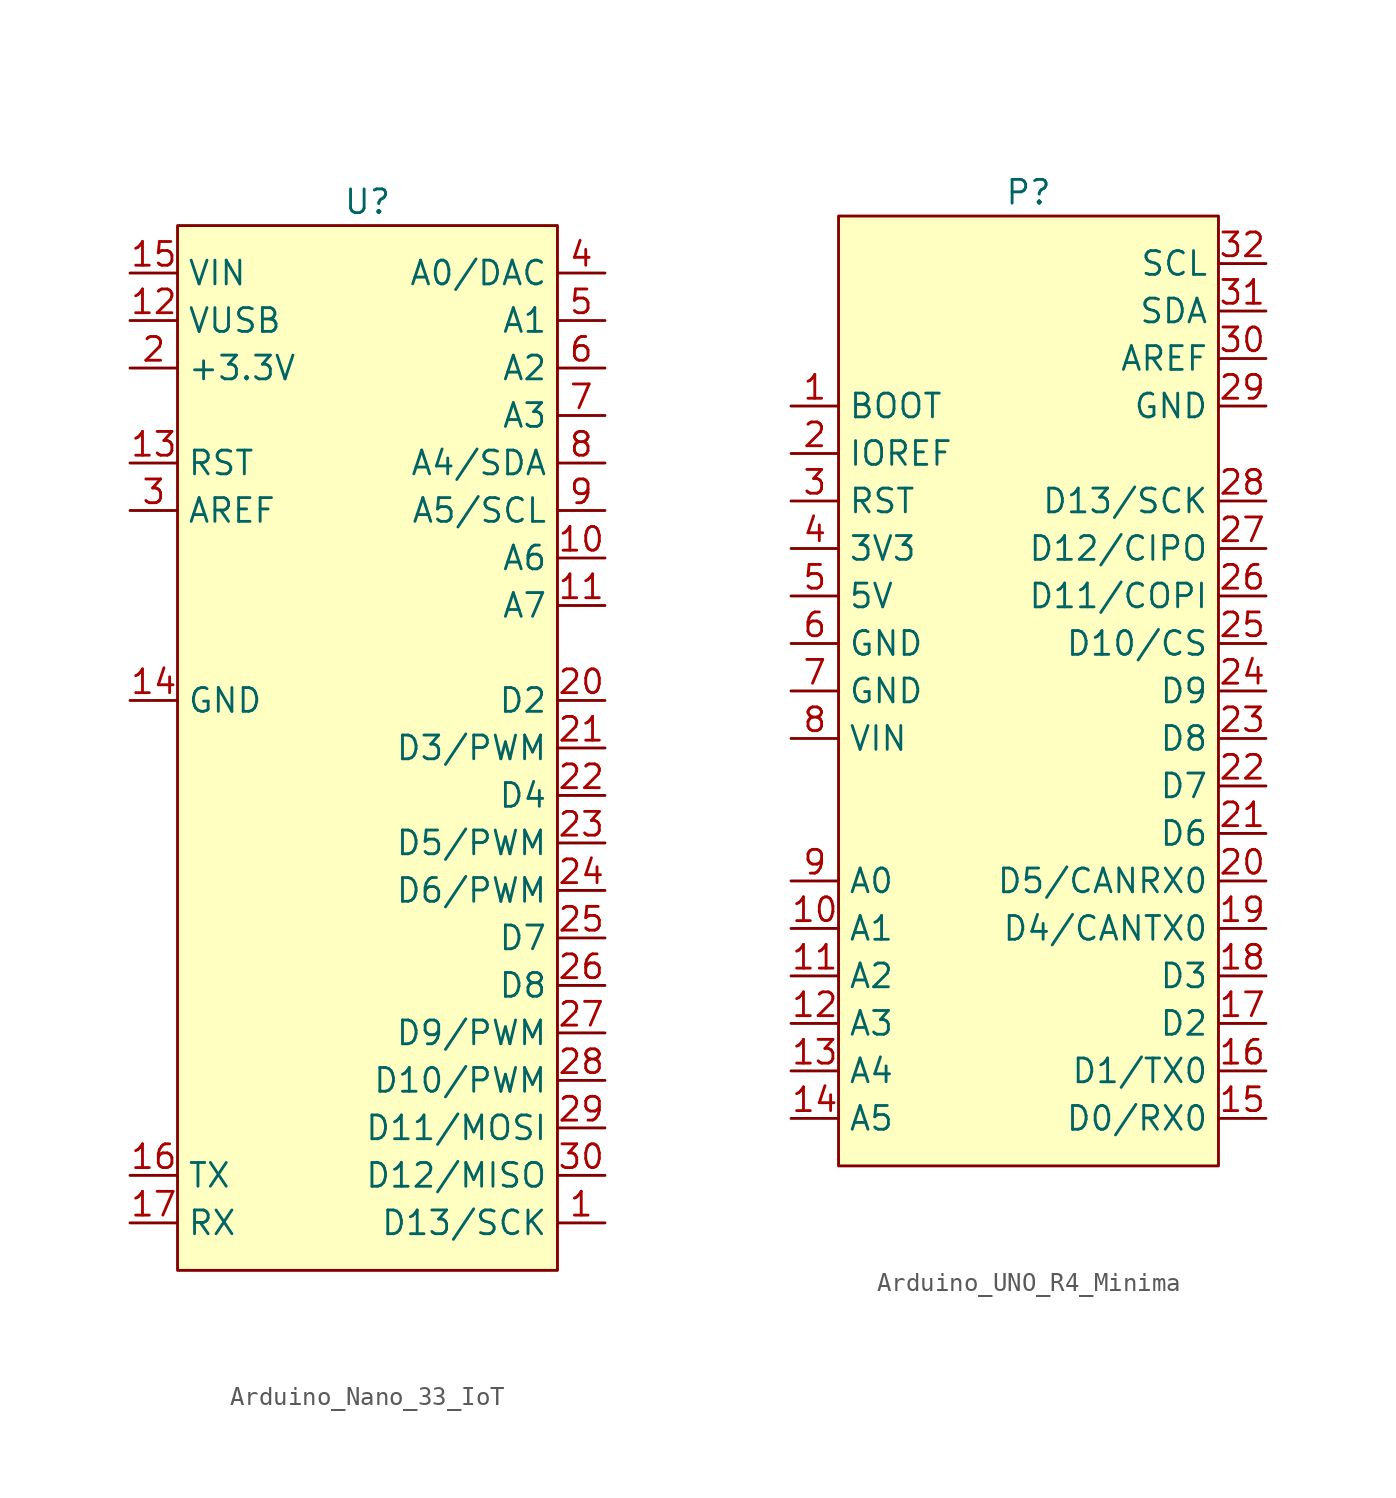
<source format=kicad_sym>
(kicad_symbol_lib
  (version 20220914)
  (generator kicad_symbol_editor)
  (symbol "Arduino_Nano_33_IoT"
    (property "Reference" "U"
      (at 0 29.21 0)
      (effects (font (size 1.27 1.27))))
    (property "Value" ""
      (at 0 0 0)
      (effects (font (size 1.27 1.27))))
    (symbol "Arduino_Nano_33_IoT_1_1"
      (rectangle (start -10.16 27.94) (end 10.16 -27.94) (stroke (width 0) (type default)) (fill (type background)))
      (pin input line (at 12.7 -25.4 180) (length 2.54) (name "D13/SCK" (effects (font (size 1.27 1.27)))) (number "1" (effects (font (size 1.27 1.27)))))
      (pin input line (at 12.7 10.16 180) (length 2.54) (name "A6" (effects (font (size 1.27 1.27)))) (number "10" (effects (font (size 1.27 1.27)))))
      (pin input line (at 12.7 7.62 180) (length 2.54) (name "A7" (effects (font (size 1.27 1.27)))) (number "11" (effects (font (size 1.27 1.27)))))
      (pin output line (at -12.7 22.86 0) (length 2.54) (name "VUSB" (effects (font (size 1.27 1.27)))) (number "12" (effects (font (size 1.27 1.27)))))
      (pin input line (at -12.7 15.24 0) (length 2.54) (name "RST" (effects (font (size 1.27 1.27)))) (number "13" (effects (font (size 1.27 1.27)))))
      (pin power_out line (at -12.7 2.54 0) (length 2.54) (name "GND" (effects (font (size 1.27 1.27)))) (number "14" (effects (font (size 1.27 1.27)))))
      (pin power_in line (at -12.7 25.4 0) (length 2.54) (name "VIN" (effects (font (size 1.27 1.27)))) (number "15" (effects (font (size 1.27 1.27)))))
      (pin output line (at -12.7 -22.86 0) (length 2.54) (name "TX" (effects (font (size 1.27 1.27)))) (number "16" (effects (font (size 1.27 1.27)))))
      (pin input line (at -12.7 -25.4 0) (length 2.54) (name "RX" (effects (font (size 1.27 1.27)))) (number "17" (effects (font (size 1.27 1.27)))))
      (pin input line (at -12.7 15.24 0) (length 2.54) hide (name "RST" (effects (font (size 1.27 1.27)))) (number "18" (effects (font (size 1.27 1.27)))))
      (pin power_out line (at -12.7 2.54 0) (length 2.54) hide (name "GND" (effects (font (size 1.27 1.27)))) (number "19" (effects (font (size 1.27 1.27)))))
      (pin power_out line (at -12.7 20.32 0) (length 2.54) (name "+3.3V" (effects (font (size 1.27 1.27)))) (number "2" (effects (font (size 1.27 1.27)))))
      (pin input line (at 12.7 2.54 180) (length 2.54) (name "D2" (effects (font (size 1.27 1.27)))) (number "20" (effects (font (size 1.27 1.27)))))
      (pin input line (at 12.7 0 180) (length 2.54) (name "D3/PWM" (effects (font (size 1.27 1.27)))) (number "21" (effects (font (size 1.27 1.27)))))
      (pin input line (at 12.7 -2.54 180) (length 2.54) (name "D4" (effects (font (size 1.27 1.27)))) (number "22" (effects (font (size 1.27 1.27)))))
      (pin input line (at 12.7 -5.08 180) (length 2.54) (name "D5/PWM" (effects (font (size 1.27 1.27)))) (number "23" (effects (font (size 1.27 1.27)))))
      (pin input line (at 12.7 -7.62 180) (length 2.54) (name "D6/PWM" (effects (font (size 1.27 1.27)))) (number "24" (effects (font (size 1.27 1.27)))))
      (pin input line (at 12.7 -10.16 180) (length 2.54) (name "D7" (effects (font (size 1.27 1.27)))) (number "25" (effects (font (size 1.27 1.27)))))
      (pin input line (at 12.7 -12.7 180) (length 2.54) (name "D8" (effects (font (size 1.27 1.27)))) (number "26" (effects (font (size 1.27 1.27)))))
      (pin input line (at 12.7 -15.24 180) (length 2.54) (name "D9/PWM" (effects (font (size 1.27 1.27)))) (number "27" (effects (font (size 1.27 1.27)))))
      (pin input line (at 12.7 -17.78 180) (length 2.54) (name "D10/PWM" (effects (font (size 1.27 1.27)))) (number "28" (effects (font (size 1.27 1.27)))))
      (pin input line (at 12.7 -20.32 180) (length 2.54) (name "D11/MOSI" (effects (font (size 1.27 1.27)))) (number "29" (effects (font (size 1.27 1.27)))))
      (pin input line (at -12.7 12.7 0) (length 2.54) (name "AREF" (effects (font (size 1.27 1.27)))) (number "3" (effects (font (size 1.27 1.27)))))
      (pin input line (at 12.7 -22.86 180) (length 2.54) (name "D12/MISO" (effects (font (size 1.27 1.27)))) (number "30" (effects (font (size 1.27 1.27)))))
      (pin input line (at 12.7 25.4 180) (length 2.54) (name "A0/DAC" (effects (font (size 1.27 1.27)))) (number "4" (effects (font (size 1.27 1.27)))))
      (pin input line (at 12.7 22.86 180) (length 2.54) (name "A1" (effects (font (size 1.27 1.27)))) (number "5" (effects (font (size 1.27 1.27)))))
      (pin input line (at 12.7 20.32 180) (length 2.54) (name "A2" (effects (font (size 1.27 1.27)))) (number "6" (effects (font (size 1.27 1.27)))))
      (pin input line (at 12.7 17.78 180) (length 2.54) (name "A3" (effects (font (size 1.27 1.27)))) (number "7" (effects (font (size 1.27 1.27)))))
      (pin input line (at 12.7 15.24 180) (length 2.54) (name "A4/SDA" (effects (font (size 1.27 1.27)))) (number "8" (effects (font (size 1.27 1.27)))))
      (pin input line (at 12.7 12.7 180) (length 2.54) (name "A5/SCL" (effects (font (size 1.27 1.27)))) (number "9" (effects (font (size 1.27 1.27)))))))
  (symbol "Arduino_UNO_R4_Minima"
    (property "Reference" "P"
      (at 0 26.67 0)
      (effects (font (size 1.27 1.27))))
    (property "Value" ""
      (at 0 0 0)
      (effects (font (size 1.27 1.27))))
    (symbol "Arduino_UNO_R4_Minima_1_1"
      (rectangle (start -10.16 25.4) (end 10.16 -25.4) (stroke (width 0) (type default)) (fill (type background)))
      (pin input line (at -12.7 15.24 0) (length 2.54) (name "BOOT" (effects (font (size 1.27 1.27)))) (number "1" (effects (font (size 1.27 1.27)))))
      (pin input line (at -12.7 -12.7 0) (length 2.54) (name "A1" (effects (font (size 1.27 1.27)))) (number "10" (effects (font (size 1.27 1.27)))))
      (pin input line (at -12.7 -15.24 0) (length 2.54) (name "A2" (effects (font (size 1.27 1.27)))) (number "11" (effects (font (size 1.27 1.27)))))
      (pin input line (at -12.7 -17.78 0) (length 2.54) (name "A3" (effects (font (size 1.27 1.27)))) (number "12" (effects (font (size 1.27 1.27)))))
      (pin input line (at -12.7 -20.32 0) (length 2.54) (name "A4" (effects (font (size 1.27 1.27)))) (number "13" (effects (font (size 1.27 1.27)))))
      (pin input line (at -12.7 -22.86 0) (length 2.54) (name "A5" (effects (font (size 1.27 1.27)))) (number "14" (effects (font (size 1.27 1.27)))))
      (pin input line (at 12.7 -22.86 180) (length 2.54) (name "D0/RX0" (effects (font (size 1.27 1.27)))) (number "15" (effects (font (size 1.27 1.27)))))
      (pin input line (at 12.7 -20.32 180) (length 2.54) (name "D1/TX0" (effects (font (size 1.27 1.27)))) (number "16" (effects (font (size 1.27 1.27)))))
      (pin input line (at 12.7 -17.78 180) (length 2.54) (name "D2" (effects (font (size 1.27 1.27)))) (number "17" (effects (font (size 1.27 1.27)))))
      (pin input line (at 12.7 -15.24 180) (length 2.54) (name "D3" (effects (font (size 1.27 1.27)))) (number "18" (effects (font (size 1.27 1.27)))))
      (pin input line (at 12.7 -12.7 180) (length 2.54) (name "D4/CANTX0" (effects (font (size 1.27 1.27)))) (number "19" (effects (font (size 1.27 1.27)))))
      (pin input line (at -12.7 12.7 0) (length 2.54) (name "IOREF" (effects (font (size 1.27 1.27)))) (number "2" (effects (font (size 1.27 1.27)))))
      (pin input line (at 12.7 -10.16 180) (length 2.54) (name "D5/CANRX0" (effects (font (size 1.27 1.27)))) (number "20" (effects (font (size 1.27 1.27)))))
      (pin input line (at 12.7 -7.62 180) (length 2.54) (name "D6" (effects (font (size 1.27 1.27)))) (number "21" (effects (font (size 1.27 1.27)))))
      (pin input line (at 12.7 -5.08 180) (length 2.54) (name "D7" (effects (font (size 1.27 1.27)))) (number "22" (effects (font (size 1.27 1.27)))))
      (pin input line (at 12.7 -2.54 180) (length 2.54) (name "D8" (effects (font (size 1.27 1.27)))) (number "23" (effects (font (size 1.27 1.27)))))
      (pin input line (at 12.7 0 180) (length 2.54) (name "D9" (effects (font (size 1.27 1.27)))) (number "24" (effects (font (size 1.27 1.27)))))
      (pin input line (at 12.7 2.54 180) (length 2.54) (name "D10/CS" (effects (font (size 1.27 1.27)))) (number "25" (effects (font (size 1.27 1.27)))))
      (pin input line (at 12.7 5.08 180) (length 2.54) (name "D11/COPI" (effects (font (size 1.27 1.27)))) (number "26" (effects (font (size 1.27 1.27)))))
      (pin input line (at 12.7 7.62 180) (length 2.54) (name "D12/CIPO" (effects (font (size 1.27 1.27)))) (number "27" (effects (font (size 1.27 1.27)))))
      (pin input line (at 12.7 10.16 180) (length 2.54) (name "D13/SCK" (effects (font (size 1.27 1.27)))) (number "28" (effects (font (size 1.27 1.27)))))
      (pin power_out line (at 12.7 15.24 180) (length 2.54) (name "GND" (effects (font (size 1.27 1.27)))) (number "29" (effects (font (size 1.27 1.27)))))
      (pin input line (at -12.7 10.16 0) (length 2.54) (name "RST" (effects (font (size 1.27 1.27)))) (number "3" (effects (font (size 1.27 1.27)))))
      (pin output line (at 12.7 17.78 180) (length 2.54) (name "AREF" (effects (font (size 1.27 1.27)))) (number "30" (effects (font (size 1.27 1.27)))))
      (pin bidirectional line (at 12.7 20.32 180) (length 2.54) (name "SDA" (effects (font (size 1.27 1.27)))) (number "31" (effects (font (size 1.27 1.27)))))
      (pin output line (at 12.7 22.86 180) (length 2.54) (name "SCL" (effects (font (size 1.27 1.27)))) (number "32" (effects (font (size 1.27 1.27)))))
      (pin power_out line (at -12.7 7.62 0) (length 2.54) (name "3V3" (effects (font (size 1.27 1.27)))) (number "4" (effects (font (size 1.27 1.27)))))
      (pin power_out line (at -12.7 5.08 0) (length 2.54) (name "5V" (effects (font (size 1.27 1.27)))) (number "5" (effects (font (size 1.27 1.27)))))
      (pin power_out line (at -12.7 2.54 0) (length 2.54) (name "GND" (effects (font (size 1.27 1.27)))) (number "6" (effects (font (size 1.27 1.27)))))
      (pin power_out line (at -12.7 0 0) (length 2.54) (name "GND" (effects (font (size 1.27 1.27)))) (number "7" (effects (font (size 1.27 1.27)))))
      (pin input line (at -12.7 -2.54 0) (length 2.54) (name "VIN" (effects (font (size 1.27 1.27)))) (number "8" (effects (font (size 1.27 1.27)))))
      (pin input line (at -12.7 -10.16 0) (length 2.54) (name "A0" (effects (font (size 1.27 1.27)))) (number "9" (effects (font (size 1.27 1.27))))))))
</source>
